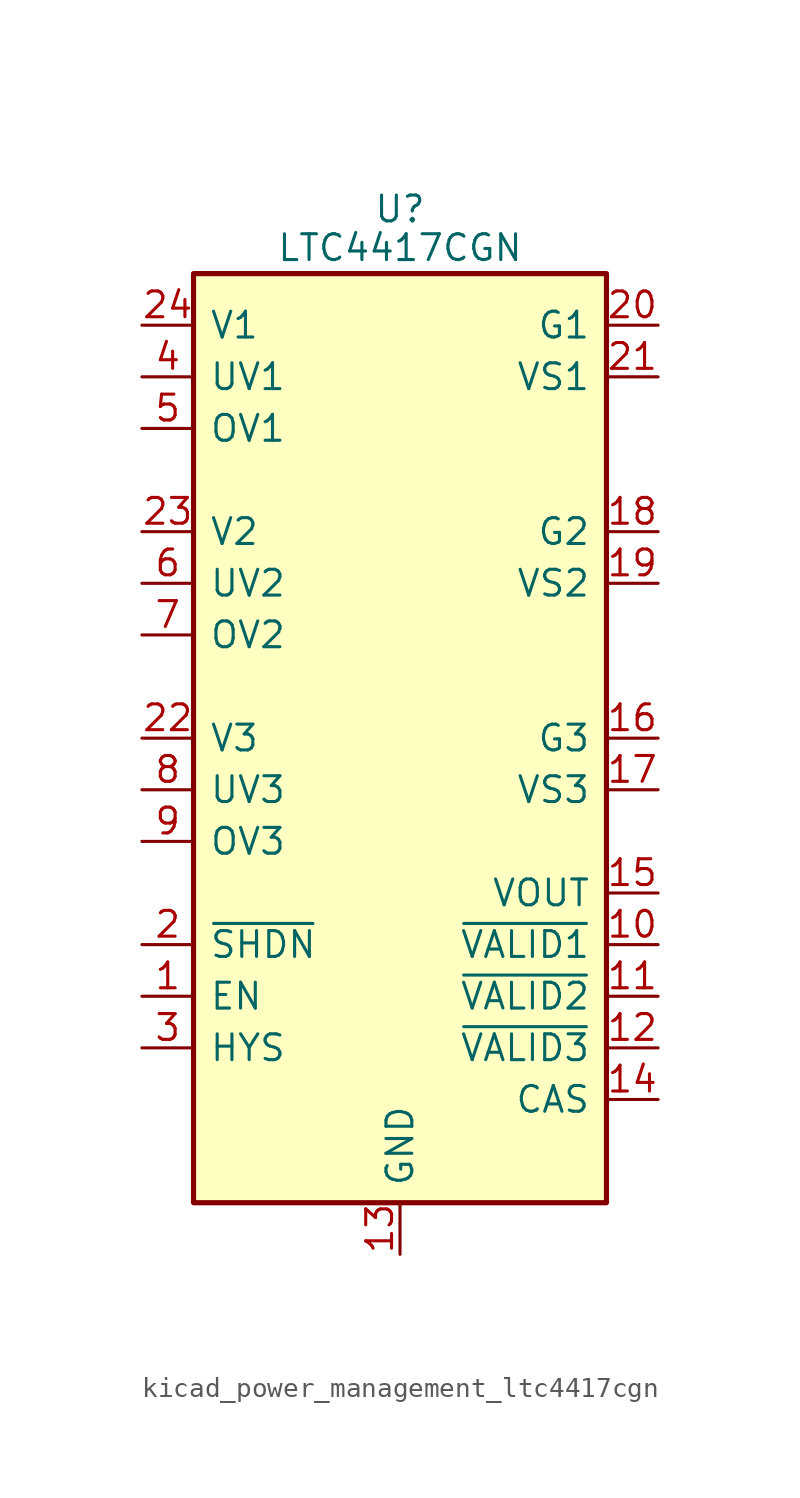
<source format=kicad_sym>
(kicad_symbol_lib
  (version 20220914)
  (generator kicad_symbol_editor)
  (symbol "kicad_power_management_ltc4417cgn"
    (pin_names
      (offset 0.762))
    (property "Reference" "U"
      (at 0 26.035 0)
      (effects (font (size 1.27 1.27))))
    (property "Value" "LTC4417CGN"
      (at 0 24.13 0)
      (effects (font (size 1.27 1.27))))
    (symbol "kicad_power_management_ltc4417cgn_0_1"
      (rectangle (start -10.16 22.86) (end 10.16 -22.86) (stroke (width 0.254) (type default)) (fill (type background))))
    (symbol "kicad_power_management_ltc4417cgn_1_1"
      (pin input line (at -12.7 -12.7 0) (length 2.54) (name "EN" (effects (font (size 1.27 1.27)))) (number "1" (effects (font (size 1.27 1.27)))))
      (pin open_collector line (at 12.7 -10.16 180) (length 2.54) (name "~{VALID1}" (effects (font (size 1.27 1.27)))) (number "10" (effects (font (size 1.27 1.27)))))
      (pin open_collector line (at 12.7 -12.7 180) (length 2.54) (name "~{VALID2}" (effects (font (size 1.27 1.27)))) (number "11" (effects (font (size 1.27 1.27)))))
      (pin open_collector line (at 12.7 -15.24 180) (length 2.54) (name "~{VALID3}" (effects (font (size 1.27 1.27)))) (number "12" (effects (font (size 1.27 1.27)))))
      (pin power_in line (at 0 -25.4 90) (length 2.54) (name "GND" (effects (font (size 1.27 1.27)))) (number "13" (effects (font (size 1.27 1.27)))))
      (pin output line (at 12.7 -17.78 180) (length 2.54) (name "CAS" (effects (font (size 1.27 1.27)))) (number "14" (effects (font (size 1.27 1.27)))))
      (pin output line (at 12.7 -7.62 180) (length 2.54) (name "VOUT" (effects (font (size 1.27 1.27)))) (number "15" (effects (font (size 1.27 1.27)))))
      (pin output line (at 12.7 0 180) (length 2.54) (name "G3" (effects (font (size 1.27 1.27)))) (number "16" (effects (font (size 1.27 1.27)))))
      (pin output line (at 12.7 -2.54 180) (length 2.54) (name "VS3" (effects (font (size 1.27 1.27)))) (number "17" (effects (font (size 1.27 1.27)))))
      (pin output line (at 12.7 10.16 180) (length 2.54) (name "G2" (effects (font (size 1.27 1.27)))) (number "18" (effects (font (size 1.27 1.27)))))
      (pin output line (at 12.7 7.62 180) (length 2.54) (name "VS2" (effects (font (size 1.27 1.27)))) (number "19" (effects (font (size 1.27 1.27)))))
      (pin input line (at -12.7 -10.16 0) (length 2.54) (name "~{SHDN}" (effects (font (size 1.27 1.27)))) (number "2" (effects (font (size 1.27 1.27)))))
      (pin output line (at 12.7 20.32 180) (length 2.54) (name "G1" (effects (font (size 1.27 1.27)))) (number "20" (effects (font (size 1.27 1.27)))))
      (pin output line (at 12.7 17.78 180) (length 2.54) (name "VS1" (effects (font (size 1.27 1.27)))) (number "21" (effects (font (size 1.27 1.27)))))
      (pin input line (at -12.7 0 0) (length 2.54) (name "V3" (effects (font (size 1.27 1.27)))) (number "22" (effects (font (size 1.27 1.27)))))
      (pin input line (at -12.7 10.16 0) (length 2.54) (name "V2" (effects (font (size 1.27 1.27)))) (number "23" (effects (font (size 1.27 1.27)))))
      (pin input line (at -12.7 20.32 0) (length 2.54) (name "V1" (effects (font (size 1.27 1.27)))) (number "24" (effects (font (size 1.27 1.27)))))
      (pin input line (at -12.7 -15.24 0) (length 2.54) (name "HYS" (effects (font (size 1.27 1.27)))) (number "3" (effects (font (size 1.27 1.27)))))
      (pin input line (at -12.7 17.78 0) (length 2.54) (name "UV1" (effects (font (size 1.27 1.27)))) (number "4" (effects (font (size 1.27 1.27)))))
      (pin input line (at -12.7 15.24 0) (length 2.54) (name "OV1" (effects (font (size 1.27 1.27)))) (number "5" (effects (font (size 1.27 1.27)))))
      (pin input line (at -12.7 7.62 0) (length 2.54) (name "UV2" (effects (font (size 1.27 1.27)))) (number "6" (effects (font (size 1.27 1.27)))))
      (pin input line (at -12.7 5.08 0) (length 2.54) (name "OV2" (effects (font (size 1.27 1.27)))) (number "7" (effects (font (size 1.27 1.27)))))
      (pin input line (at -12.7 -2.54 0) (length 2.54) (name "UV3" (effects (font (size 1.27 1.27)))) (number "8" (effects (font (size 1.27 1.27)))))
      (pin input line (at -12.7 -5.08 0) (length 2.54) (name "OV3" (effects (font (size 1.27 1.27)))) (number "9" (effects (font (size 1.27 1.27))))))))
</source>
